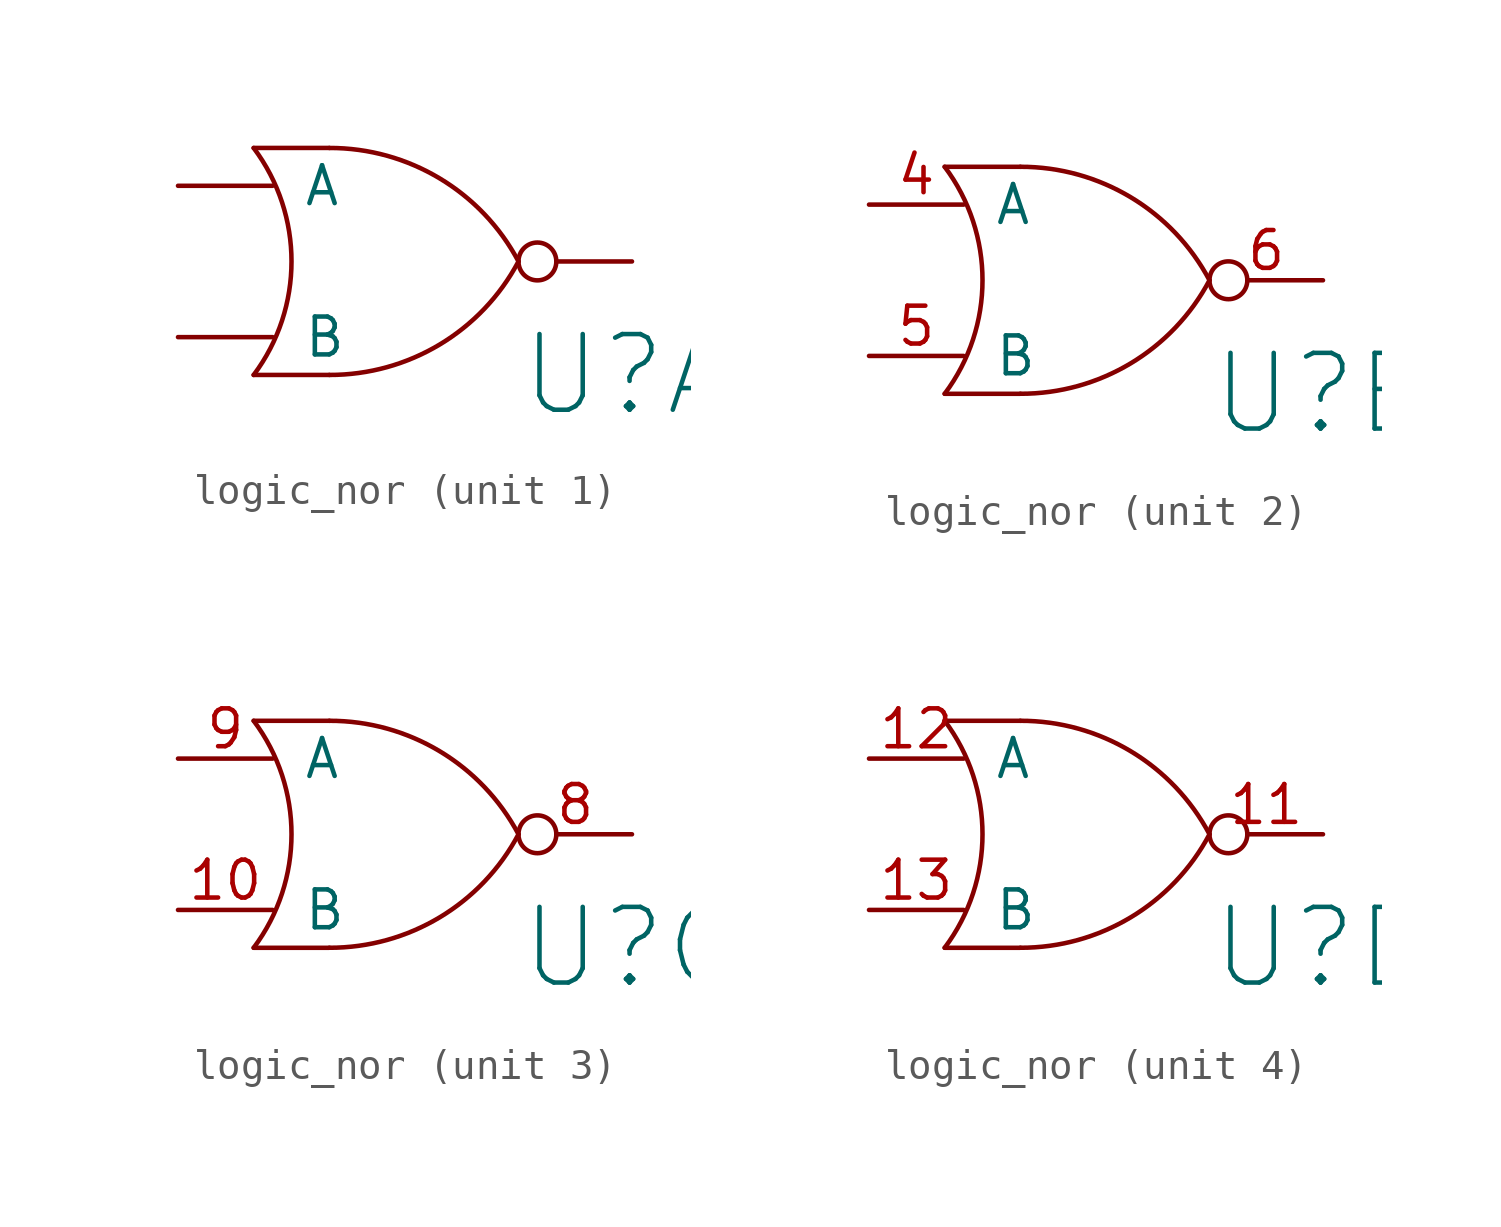
<source format=kicad_sym>
(kicad_symbol_lib
  (version 20231120)
  (generator "kicad_symbol_editor")
  (generator_version "8.0")
  (symbol "logic_nor"
    (pin_names
      (offset 1.016))
    (property "Reference" "U"
      (at 11.43 -6.35 0)
      (effects (font (size 2.54 2.54)) (justify left)))
    (symbol "logic_nor_0_1"
      (polyline (pts (xy 2.54 -6.35) (xy 5.08 -6.35)) (stroke (width 0) (type default)) (fill (type none)))
      (polyline (pts (xy 5.08 1.27) (xy 2.54 1.27)) (stroke (width 0) (type default)) (fill (type none)))
      (arc (start 2.54 -6.35) (mid 3.81 -2.54) (end 2.54 1.27) (stroke (width 0) (type default)) (fill (type none)))
      (arc (start 5.08 -6.35) (mid 8.784 -5.3291) (end 11.43 -2.54) (stroke (width 0) (type default)) (fill (type none)))
      (arc (start 11.43 -2.54) (mid 8.7865 0.2471) (end 5.08 1.27) (stroke (width 0) (type default)) (fill (type none))))
    (symbol "logic_nor_1_1"
      (pin output inverted (at 15.24 -2.54 180) (length 3.81) (name "" (effects (font (size 1.27 1.27)))) (number "" (effects (font (size 1.27 1.27)))))
      (pin input line (at 0 0 0) (length 3.175) (name "A" (effects (font (size 1.27 1.27)))) (number "" (effects (font (size 1.27 1.27)))))
      (pin input line (at 0 -5.08 0) (length 3.175) (name "B" (effects (font (size 1.27 1.27)))) (number "" (effects (font (size 1.27 1.27))))))
    (symbol "logic_nor_2_1"
      (pin input line (at 0 0 0) (length 3.175) (name "A" (effects (font (size 1.27 1.27)))) (number "4" (effects (font (size 1.27 1.27)))))
      (pin input line (at 0 -5.08 0) (length 3.175) (name "B" (effects (font (size 1.27 1.27)))) (number "5" (effects (font (size 1.27 1.27)))))
      (pin output inverted (at 15.24 -2.54 180) (length 3.81) (name "" (effects (font (size 1.27 1.27)))) (number "6" (effects (font (size 1.27 1.27))))))
    (symbol "logic_nor_3_1"
      (pin input line (at 0 -5.08 0) (length 3.175) (name "B" (effects (font (size 1.27 1.27)))) (number "10" (effects (font (size 1.27 1.27)))))
      (pin output inverted (at 15.24 -2.54 180) (length 3.81) (name "" (effects (font (size 1.27 1.27)))) (number "8" (effects (font (size 1.27 1.27)))))
      (pin input line (at 0 0 0) (length 3.175) (name "A" (effects (font (size 1.27 1.27)))) (number "9" (effects (font (size 1.27 1.27))))))
    (symbol "logic_nor_4_1"
      (pin output inverted (at 15.24 -2.54 180) (length 3.81) (name "" (effects (font (size 1.27 1.27)))) (number "11" (effects (font (size 1.27 1.27)))))
      (pin input line (at 0 0 0) (length 3.175) (name "A" (effects (font (size 1.27 1.27)))) (number "12" (effects (font (size 1.27 1.27)))))
      (pin input line (at 0 -5.08 0) (length 3.175) (name "B" (effects (font (size 1.27 1.27)))) (number "13" (effects (font (size 1.27 1.27))))))))
</source>
